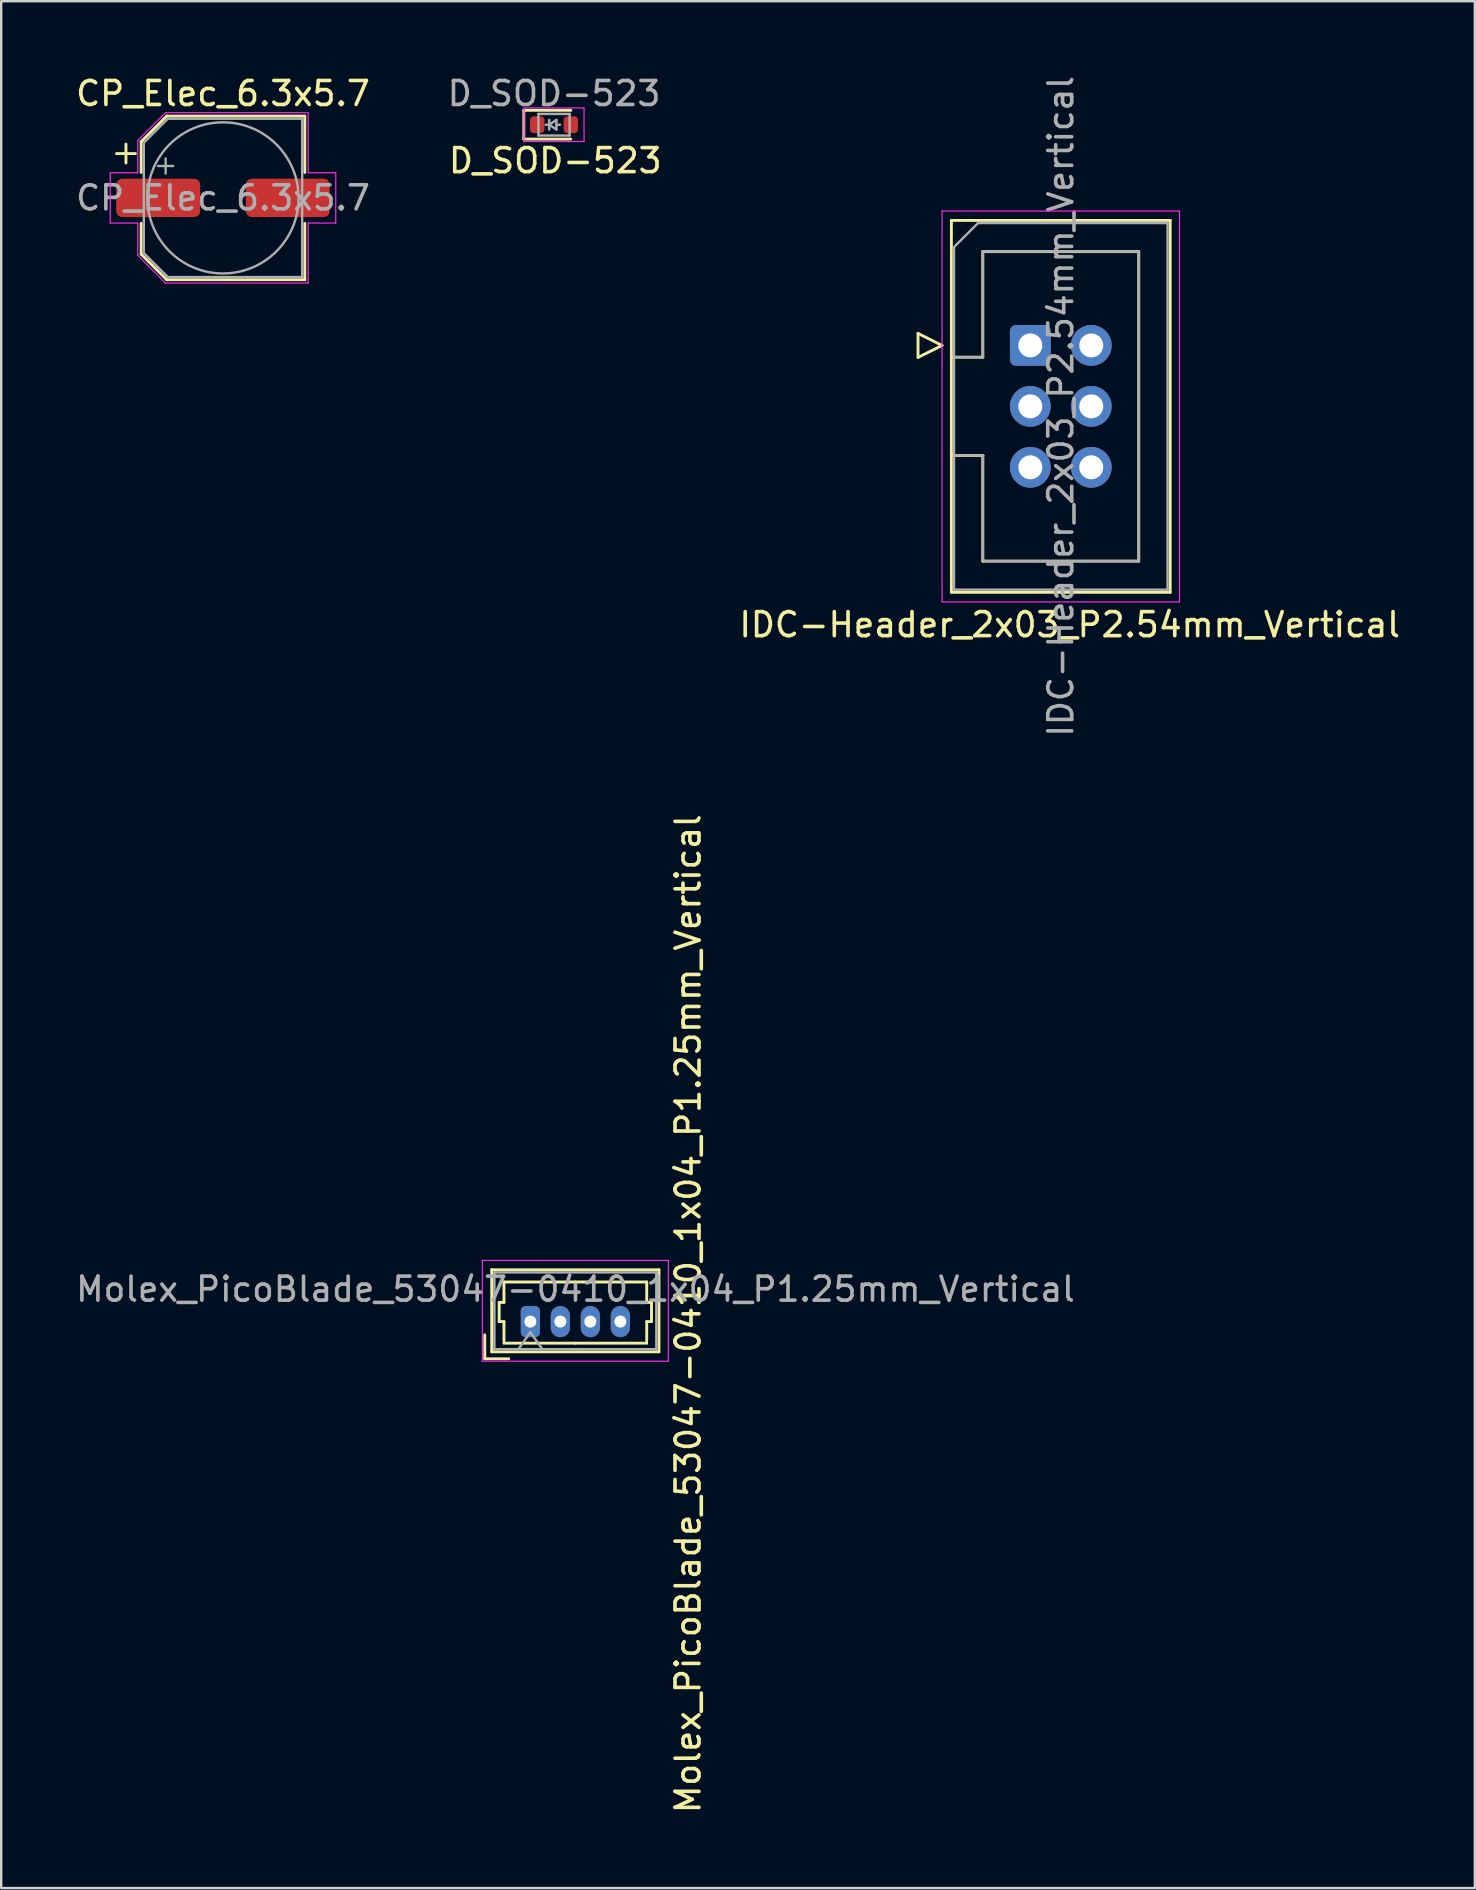
<source format=kicad_pcb>
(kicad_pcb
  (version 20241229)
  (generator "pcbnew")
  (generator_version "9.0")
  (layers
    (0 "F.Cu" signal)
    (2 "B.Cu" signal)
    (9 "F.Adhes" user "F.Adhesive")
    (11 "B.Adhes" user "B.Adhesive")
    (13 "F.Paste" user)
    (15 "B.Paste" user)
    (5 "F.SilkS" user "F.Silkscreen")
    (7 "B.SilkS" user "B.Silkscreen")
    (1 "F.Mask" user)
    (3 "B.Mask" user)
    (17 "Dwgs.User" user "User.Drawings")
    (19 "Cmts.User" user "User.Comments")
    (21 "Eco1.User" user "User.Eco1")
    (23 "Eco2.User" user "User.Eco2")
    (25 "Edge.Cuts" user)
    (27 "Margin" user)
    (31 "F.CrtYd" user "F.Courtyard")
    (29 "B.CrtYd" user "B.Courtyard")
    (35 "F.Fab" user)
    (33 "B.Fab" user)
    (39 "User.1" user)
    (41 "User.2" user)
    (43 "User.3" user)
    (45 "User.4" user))
  (footprint "D_SOD-523"
    (layer "F.Cu")
    (at 20.042 2.148)
    (property "Reference" "D_SOD-523" (at 0.051 1.499 180) (layer "F.SilkS") (effects (font (size 1 1) (thickness 0.15))))
    (attr smd)
    (fp_line (start -1.26 -0.6) (end -1.26 0.6) (stroke (width 0.12) (type solid)) (layer "F.SilkS"))
    (fp_line (start 0.7 -0.6) (end -1.26 -0.6) (stroke (width 0.12) (type solid)) (layer "F.SilkS"))
    (fp_line (start 0.7 0.6) (end -1.26 0.6) (stroke (width 0.12) (type solid)) (layer "F.SilkS"))
    (fp_line (start -1.25 -0.7) (end 1.25 -0.7) (stroke (width 0.05) (type solid)) (layer "F.CrtYd"))
    (fp_line (start -1.25 0.7) (end -1.25 -0.7) (stroke (width 0.05) (type solid)) (layer "F.CrtYd"))
    (fp_line (start 1.25 -0.7) (end 1.25 0.7) (stroke (width 0.05) (type solid)) (layer "F.CrtYd"))
    (fp_line (start 1.25 0.7) (end -1.25 0.7) (stroke (width 0.05) (type solid)) (layer "F.CrtYd"))
    (fp_line (start -0.65 -0.45) (end 0.65 -0.45) (stroke (width 0.1) (type solid)) (layer "F.Fab"))
    (fp_line (start -0.65 0.45) (end -0.65 -0.45) (stroke (width 0.1) (type solid)) (layer "F.Fab"))
    (fp_line (start -0.2 0) (end -0.35 0) (stroke (width 0.1) (type solid)) (layer "F.Fab"))
    (fp_line (start -0.2 0) (end 0.1 0.2) (stroke (width 0.1) (type solid)) (layer "F.Fab"))
    (fp_line (start -0.2 0.2) (end -0.2 -0.2) (stroke (width 0.1) (type solid)) (layer "F.Fab"))
    (fp_line (start 0.1 -0.2) (end -0.2 0) (stroke (width 0.1) (type solid)) (layer "F.Fab"))
    (fp_line (start 0.1 0) (end 0.25 0) (stroke (width 0.1) (type solid)) (layer "F.Fab"))
    (fp_line (start 0.1 0.2) (end 0.1 -0.2) (stroke (width 0.1) (type solid)) (layer "F.Fab"))
    (fp_line (start 0.65 -0.45) (end 0.65 0.45) (stroke (width 0.1) (type solid)) (layer "F.Fab"))
    (fp_line (start 0.65 0.45) (end -0.65 0.45) (stroke (width 0.1) (type solid)) (layer "F.Fab"))
    (fp_text user "${REFERENCE}" (at 0 -1.3 180) (layer "F.Fab") (effects (font (size 1 1) (thickness 0.15))))
    (pad "1" smd roundrect (at -0.7 0 180) (size 0.6 0.7) (layers "F.Cu" "F.Mask" "F.Paste") (roundrect_rratio 0.25))
    (pad "2" smd roundrect (at 0.7 0 180) (size 0.6 0.7) (layers "F.Cu" "F.Mask" "F.Paste") (roundrect_rratio 0.25)))
  (footprint "CP_Elec_6.3x5.7"
    (layer "F.Cu")
    (at 6.244 5.198)
    (property "Reference" "CP_Elec_6.3x5.7" (at 0 -4.35 0) (layer "F.SilkS") (effects (font (size 1 1) (thickness 0.15))))
    (attr smd)
    (fp_line (start -4.044 -1.454) (end -4.044 -2.241) (stroke (width 0.12) (type solid)) (layer "F.SilkS"))
    (fp_line (start -3.65 -1.847) (end -4.438 -1.847) (stroke (width 0.12) (type solid)) (layer "F.SilkS"))
    (fp_line (start -3.41 -1.06) (end -3.41 -2.346) (stroke (width 0.12) (type solid)) (layer "F.SilkS"))
    (fp_line (start -3.41 1.06) (end -3.41 2.346) (stroke (width 0.12) (type solid)) (layer "F.SilkS"))
    (fp_line (start -2.346 -3.41) (end -3.41 -2.346) (stroke (width 0.12) (type solid)) (layer "F.SilkS"))
    (fp_line (start -2.346 3.41) (end -3.41 2.346) (stroke (width 0.12) (type solid)) (layer "F.SilkS"))
    (fp_line (start 3.41 -3.41) (end -2.346 -3.41) (stroke (width 0.12) (type solid)) (layer "F.SilkS"))
    (fp_line (start 3.41 -1.06) (end 3.41 -3.41) (stroke (width 0.12) (type solid)) (layer "F.SilkS"))
    (fp_line (start 3.41 1.06) (end 3.41 3.41) (stroke (width 0.12) (type solid)) (layer "F.SilkS"))
    (fp_line (start 3.41 3.41) (end -2.346 3.41) (stroke (width 0.12) (type solid)) (layer "F.SilkS"))
    (fp_line (start -4.7 -1.05) (end -3.55 -1.05) (stroke (width 0.05) (type solid)) (layer "F.CrtYd"))
    (fp_line (start -4.7 1.05) (end -4.7 -1.05) (stroke (width 0.05) (type solid)) (layer "F.CrtYd"))
    (fp_line (start -3.55 -1.05) (end -3.55 -2.4) (stroke (width 0.05) (type solid)) (layer "F.CrtYd"))
    (fp_line (start -3.55 1.05) (end -4.7 1.05) (stroke (width 0.05) (type solid)) (layer "F.CrtYd"))
    (fp_line (start -3.55 2.4) (end -3.55 1.05) (stroke (width 0.05) (type solid)) (layer "F.CrtYd"))
    (fp_line (start -2.4 -3.55) (end -3.55 -2.4) (stroke (width 0.05) (type solid)) (layer "F.CrtYd"))
    (fp_line (start -2.4 3.55) (end -3.55 2.4) (stroke (width 0.05) (type solid)) (layer "F.CrtYd"))
    (fp_line (start 3.55 -3.55) (end -2.4 -3.55) (stroke (width 0.05) (type solid)) (layer "F.CrtYd"))
    (fp_line (start 3.55 -1.05) (end 3.55 -3.55) (stroke (width 0.05) (type solid)) (layer "F.CrtYd"))
    (fp_line (start 3.55 1.05) (end 4.7 1.05) (stroke (width 0.05) (type solid)) (layer "F.CrtYd"))
    (fp_line (start 3.55 3.55) (end -2.4 3.55) (stroke (width 0.05) (type solid)) (layer "F.CrtYd"))
    (fp_line (start 3.55 3.55) (end 3.55 1.05) (stroke (width 0.05) (type solid)) (layer "F.CrtYd"))
    (fp_line (start 4.7 -1.05) (end 3.55 -1.05) (stroke (width 0.05) (type solid)) (layer "F.CrtYd"))
    (fp_line (start 4.7 1.05) (end 4.7 -1.05) (stroke (width 0.05) (type solid)) (layer "F.CrtYd"))
    (fp_line (start -3.3 2.3) (end -3.3 -2.3) (stroke (width 0.1) (type solid)) (layer "F.Fab"))
    (fp_line (start -2.39 -1.015) (end -2.39 -1.645) (stroke (width 0.1) (type solid)) (layer "F.Fab"))
    (fp_line (start -2.3 -3.3) (end -3.3 -2.3) (stroke (width 0.1) (type solid)) (layer "F.Fab"))
    (fp_line (start -2.3 3.3) (end -3.3 2.3) (stroke (width 0.1) (type solid)) (layer "F.Fab"))
    (fp_line (start -2.075 -1.33) (end -2.705 -1.33) (stroke (width 0.1) (type solid)) (layer "F.Fab"))
    (fp_line (start 3.3 -3.3) (end -2.3 -3.3) (stroke (width 0.1) (type solid)) (layer "F.Fab"))
    (fp_line (start 3.3 3.3) (end -2.3 3.3) (stroke (width 0.1) (type solid)) (layer "F.Fab"))
    (fp_line (start 3.3 3.3) (end 3.3 -3.3) (stroke (width 0.1) (type solid)) (layer "F.Fab"))
    (fp_circle (center 0 0) (end 3.15 0) (stroke (width 0.1) (type solid)) (fill no) (layer "F.Fab"))
    (fp_text user "${REFERENCE}" (at 0 0 0) (layer "F.Fab") (effects (font (size 1 1) (thickness 0.15))))
    (pad "1" smd roundrect (at -2.7 0 180) (size 3.5 1.6) (layers "F.Cu" "F.Mask" "F.Paste") (roundrect_rratio 0.156))
    (pad "2" smd roundrect (at 2.7 0 180) (size 3.5 1.6) (layers "F.Cu" "F.Mask" "F.Paste") (roundrect_rratio 0.156)))
  (footprint "IDC-Header_2x03_P2.54mm_Vertical"
    (layer "F.Cu")
    (at 39.893 11.347)
    (property "Reference" "IDC-Header_2x03_P2.54mm_Vertical" (at 1.64 11.64 0) (layer "F.SilkS") (effects (font (size 1 1) (thickness 0.15))))
    (attr through_hole)
    (fp_line (start -4.68 -0.5) (end -3.68 0) (stroke (width 0.12) (type solid)) (layer "F.SilkS"))
    (fp_line (start -4.68 0.5) (end -4.68 -0.5) (stroke (width 0.12) (type solid)) (layer "F.SilkS"))
    (fp_line (start -3.68 0) (end -4.68 0.5) (stroke (width 0.12) (type solid)) (layer "F.SilkS"))
    (fp_line (start -3.29 -5.21) (end -3.29 10.29) (stroke (width 0.12) (type solid)) (layer "F.SilkS"))
    (fp_line (start -3.29 4.59) (end -1.98 4.59) (stroke (width 0.12) (type solid)) (layer "F.SilkS"))
    (fp_line (start -3.29 10.29) (end 5.83 10.29) (stroke (width 0.12) (type solid)) (layer "F.SilkS"))
    (fp_line (start -1.98 -3.91) (end -1.98 0.49) (stroke (width 0.12) (type solid)) (layer "F.SilkS"))
    (fp_line (start -1.98 0.49) (end -3.29 0.49) (stroke (width 0.12) (type solid)) (layer "F.SilkS"))
    (fp_line (start -1.98 4.59) (end -1.98 4.59) (stroke (width 0.12) (type solid)) (layer "F.SilkS"))
    (fp_line (start -1.98 4.59) (end -1.98 8.99) (stroke (width 0.12) (type solid)) (layer "F.SilkS"))
    (fp_line (start -1.98 8.99) (end 4.52 8.99) (stroke (width 0.12) (type solid)) (layer "F.SilkS"))
    (fp_line (start 4.52 -3.91) (end -1.98 -3.91) (stroke (width 0.12) (type solid)) (layer "F.SilkS"))
    (fp_line (start 4.52 8.99) (end 4.52 -3.91) (stroke (width 0.12) (type solid)) (layer "F.SilkS"))
    (fp_line (start 5.83 -5.21) (end -3.29 -5.21) (stroke (width 0.12) (type solid)) (layer "F.SilkS"))
    (fp_line (start 5.83 10.29) (end 5.83 -5.21) (stroke (width 0.12) (type solid)) (layer "F.SilkS"))
    (fp_line (start -3.68 -5.6) (end 6.22 -5.6) (stroke (width 0.05) (type solid)) (layer "F.CrtYd"))
    (fp_line (start -3.68 10.69) (end -3.68 -5.6) (stroke (width 0.05) (type solid)) (layer "F.CrtYd"))
    (fp_line (start 6.22 -5.6) (end 6.22 10.69) (stroke (width 0.05) (type solid)) (layer "F.CrtYd"))
    (fp_line (start 6.22 10.69) (end -3.68 10.69) (stroke (width 0.05) (type solid)) (layer "F.CrtYd"))
    (fp_line (start -3.18 -4.1) (end -3.18 10.18) (stroke (width 0.1) (type solid)) (layer "F.Fab"))
    (fp_line (start -3.18 4.59) (end -1.98 4.59) (stroke (width 0.1) (type solid)) (layer "F.Fab"))
    (fp_line (start -3.18 10.18) (end 5.72 10.18) (stroke (width 0.1) (type solid)) (layer "F.Fab"))
    (fp_line (start -2.18 -5.1) (end -3.18 -4.1) (stroke (width 0.1) (type solid)) (layer "F.Fab"))
    (fp_line (start -1.98 -3.91) (end -1.98 0.49) (stroke (width 0.1) (type solid)) (layer "F.Fab"))
    (fp_line (start -1.98 0.49) (end -3.18 0.49) (stroke (width 0.1) (type solid)) (layer "F.Fab"))
    (fp_line (start -1.98 4.59) (end -1.98 4.59) (stroke (width 0.1) (type solid)) (layer "F.Fab"))
    (fp_line (start -1.98 4.59) (end -1.98 8.99) (stroke (width 0.1) (type solid)) (layer "F.Fab"))
    (fp_line (start -1.98 8.99) (end 4.52 8.99) (stroke (width 0.1) (type solid)) (layer "F.Fab"))
    (fp_line (start 4.52 -3.91) (end -1.98 -3.91) (stroke (width 0.1) (type solid)) (layer "F.Fab"))
    (fp_line (start 4.52 8.99) (end 4.52 -3.91) (stroke (width 0.1) (type solid)) (layer "F.Fab"))
    (fp_line (start 5.72 -5.1) (end -2.18 -5.1) (stroke (width 0.1) (type solid)) (layer "F.Fab"))
    (fp_line (start 5.72 10.18) (end 5.72 -5.1) (stroke (width 0.1) (type solid)) (layer "F.Fab"))
    (fp_text user "${REFERENCE}" (at 1.27 2.54 90) (layer "F.Fab") (effects (font (size 1 1) (thickness 0.15))))
    (pad "1" thru_hole roundrect (at 0 0 180) (size 1.7 1.7) (drill 1) (layers "*.Cu" "*.Mask") (roundrect_rratio 0.147))
    (pad "2" thru_hole circle (at 2.54 0 180) (size 1.7 1.7) (drill 1) (layers "*.Cu" "*.Mask"))
    (pad "3" thru_hole circle (at 0 2.54 180) (size 1.7 1.7) (drill 1) (layers "*.Cu" "*.Mask"))
    (pad "4" thru_hole circle (at 2.54 2.54 180) (size 1.7 1.7) (drill 1) (layers "*.Cu" "*.Mask"))
    (pad "5" thru_hole circle (at 0 5.08 180) (size 1.7 1.7) (drill 1) (layers "*.Cu" "*.Mask"))
    (pad "6" thru_hole circle (at 2.54 5.08 180) (size 1.7 1.7) (drill 1) (layers "*.Cu" "*.Mask")))
  (footprint "Molex_PicoBlade_53047-0410_1x04_P1.25mm_Vertical"
    (layer "F.Cu")
    (at 19.055 52.033)
    (property "Reference" "Molex_PicoBlade_53047-0410_1x04_P1.25mm_Vertical" (at 6.574 -0.325 90) (layer "F.SilkS") (effects (font (size 1 1) (thickness 0.15))))
    (attr through_hole)
    (fp_line (start -1.9 0.55) (end -1.9 1.55) (stroke (width 0.12) (type solid)) (layer "F.SilkS"))
    (fp_line (start -1.61 -2.16) (end 5.36 -2.16) (stroke (width 0.12) (type solid)) (layer "F.SilkS"))
    (fp_line (start -1.61 1.26) (end -1.61 -2.16) (stroke (width 0.12) (type solid)) (layer "F.SilkS"))
    (fp_line (start -1.3 -0.8) (end -1.3 0) (stroke (width 0.12) (type solid)) (layer "F.SilkS"))
    (fp_line (start -1.3 0) (end -1.1 0) (stroke (width 0.12) (type solid)) (layer "F.SilkS"))
    (fp_line (start -1.1 -1.65) (end -1.1 -0.8) (stroke (width 0.12) (type solid)) (layer "F.SilkS"))
    (fp_line (start -1.1 -0.8) (end -1.3 -0.8) (stroke (width 0.12) (type solid)) (layer "F.SilkS"))
    (fp_line (start -1.1 0) (end -1.1 0.75) (stroke (width 0.12) (type solid)) (layer "F.SilkS"))
    (fp_line (start -1.1 0.9) (end -1.1 0.75) (stroke (width 0.1) (type default)) (layer "F.SilkS"))
    (fp_line (start -1.1 0.9) (end 1.875 0.9) (stroke (width 0.12) (type solid)) (layer "F.SilkS"))
    (fp_line (start -0.9 1.55) (end -1.9 1.55) (stroke (width 0.12) (type solid)) (layer "F.SilkS"))
    (fp_line (start 1.875 -1.65) (end -1.1 -1.65) (stroke (width 0.12) (type solid)) (layer "F.SilkS"))
    (fp_line (start 1.875 -1.65) (end 4.85 -1.65) (stroke (width 0.12) (type solid)) (layer "F.SilkS"))
    (fp_line (start 4.85 -1.65) (end 4.85 -0.8) (stroke (width 0.12) (type solid)) (layer "F.SilkS"))
    (fp_line (start 4.85 -0.8) (end 5.05 -0.8) (stroke (width 0.12) (type solid)) (layer "F.SilkS"))
    (fp_line (start 4.85 0) (end 4.85 0.75) (stroke (width 0.12) (type solid)) (layer "F.SilkS"))
    (fp_line (start 4.85 0.9) (end 1.875 0.9) (stroke (width 0.12) (type solid)) (layer "F.SilkS"))
    (fp_line (start 4.85 0.9) (end 4.85 0.75) (stroke (width 0.1) (type default)) (layer "F.SilkS"))
    (fp_line (start 5.05 -0.8) (end 5.05 0) (stroke (width 0.12) (type solid)) (layer "F.SilkS"))
    (fp_line (start 5.05 0) (end 4.85 0) (stroke (width 0.12) (type solid)) (layer "F.SilkS"))
    (fp_line (start 5.36 -2.16) (end 5.36 1.26) (stroke (width 0.12) (type solid)) (layer "F.SilkS"))
    (fp_line (start 5.36 1.26) (end -1.61 1.26) (stroke (width 0.12) (type solid)) (layer "F.SilkS"))
    (fp_line (start -2 -2.55) (end 5.75 -2.55) (stroke (width 0.05) (type solid)) (layer "F.CrtYd"))
    (fp_line (start -2 1.65) (end -2 -2.55) (stroke (width 0.05) (type solid)) (layer "F.CrtYd"))
    (fp_line (start 5.75 -2.55) (end 5.75 1.65) (stroke (width 0.05) (type solid)) (layer "F.CrtYd"))
    (fp_line (start 5.75 1.65) (end -2 1.65) (stroke (width 0.05) (type solid)) (layer "F.CrtYd"))
    (fp_line (start -1.5 -2.05) (end 5.25 -2.05) (stroke (width 0.1) (type solid)) (layer "F.Fab"))
    (fp_line (start -1.5 1.15) (end -1.5 -2.05) (stroke (width 0.1) (type solid)) (layer "F.Fab"))
    (fp_line (start 0 0.443) (end -0.5 1.15) (stroke (width 0.1) (type solid)) (layer "F.Fab"))
    (fp_line (start 0.5 1.15) (end 0 0.443) (stroke (width 0.1) (type solid)) (layer "F.Fab"))
    (fp_line (start 5.25 -2.05) (end 5.25 1.15) (stroke (width 0.1) (type solid)) (layer "F.Fab"))
    (fp_line (start 5.25 1.15) (end -1.5 1.15) (stroke (width 0.1) (type solid)) (layer "F.Fab"))
    (fp_text user "${REFERENCE}" (at 1.88 -1.35 0) (layer "F.Fab") (effects (font (size 1 1) (thickness 0.15))))
    (pad "1" thru_hole roundrect (at 0 0 180) (size 0.8 1.3) (drill 0.5) (layers "*.Cu" "*.Mask") (roundrect_rratio 0.25))
    (pad "2" thru_hole oval (at 1.25 0 180) (size 0.8 1.3) (drill 0.5) (layers "*.Cu" "*.Mask"))
    (pad "3" thru_hole oval (at 2.5 0 180) (size 0.8 1.3) (drill 0.5) (layers "*.Cu" "*.Mask"))
    (pad "4" thru_hole oval (at 3.75 0 180) (size 0.8 1.3) (drill 0.5) (layers "*.Cu" "*.Mask")))
  (gr_rect
    (start -3 -3)
    (end 58.42 75.643)
    (stroke (width 0.1) (type default))
    (fill no)
    (layer "Edge.Cuts")))
</source>
